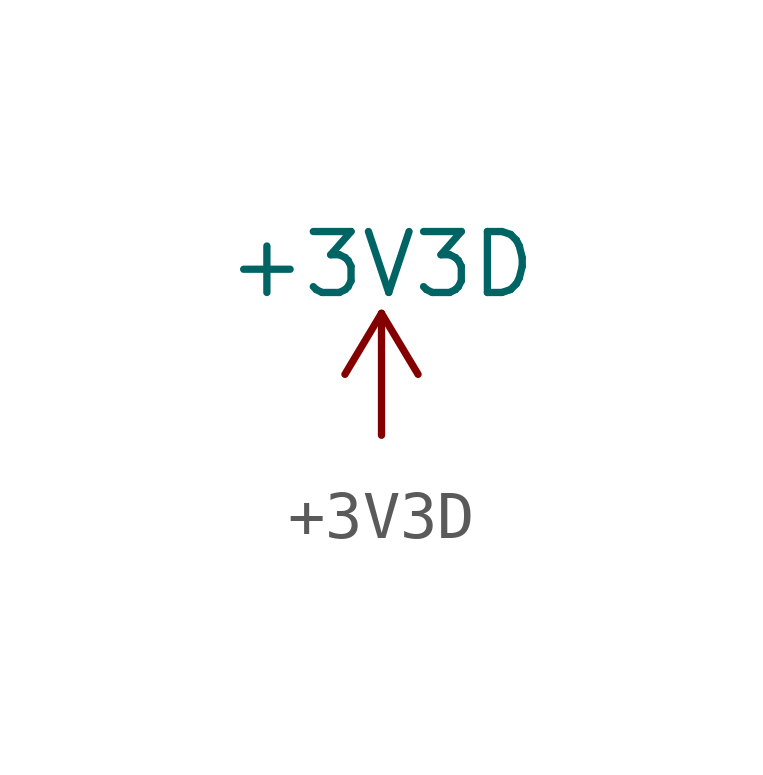
<source format=kicad_sym>
(kicad_symbol_lib
  (version 20220914)
  (generator kicad_symbol_editor)
  (symbol "+3V3D"
    (power)
    (pin_names
      (offset 0))
    (property "Reference" "#PWR"
      (at 0 -3.81 0)
      (effects (font (size 1.27 1.27)) hide))
    (property "Value" "+3V3D"
      (at 0 3.556 0)
      (effects (font (size 1.27 1.27))))
    (symbol "+3V3D_0_1"
      (polyline (pts (xy -0.762 1.27) (xy 0 2.54)) (stroke (width 0) (type default)) (fill (type none)))
      (polyline (pts (xy 0 0) (xy 0 2.54)) (stroke (width 0) (type default)) (fill (type none)))
      (polyline (pts (xy 0 2.54) (xy 0.762 1.27)) (stroke (width 0) (type default)) (fill (type none))))
    (symbol "+3V3D_1_1"
      (pin power_in line (at 0 0 90) (length 0) hide (name "+3V3D" (effects (font (size 1.27 1.27)))) (number "1" (effects (font (size 1.27 1.27))))))))
</source>
